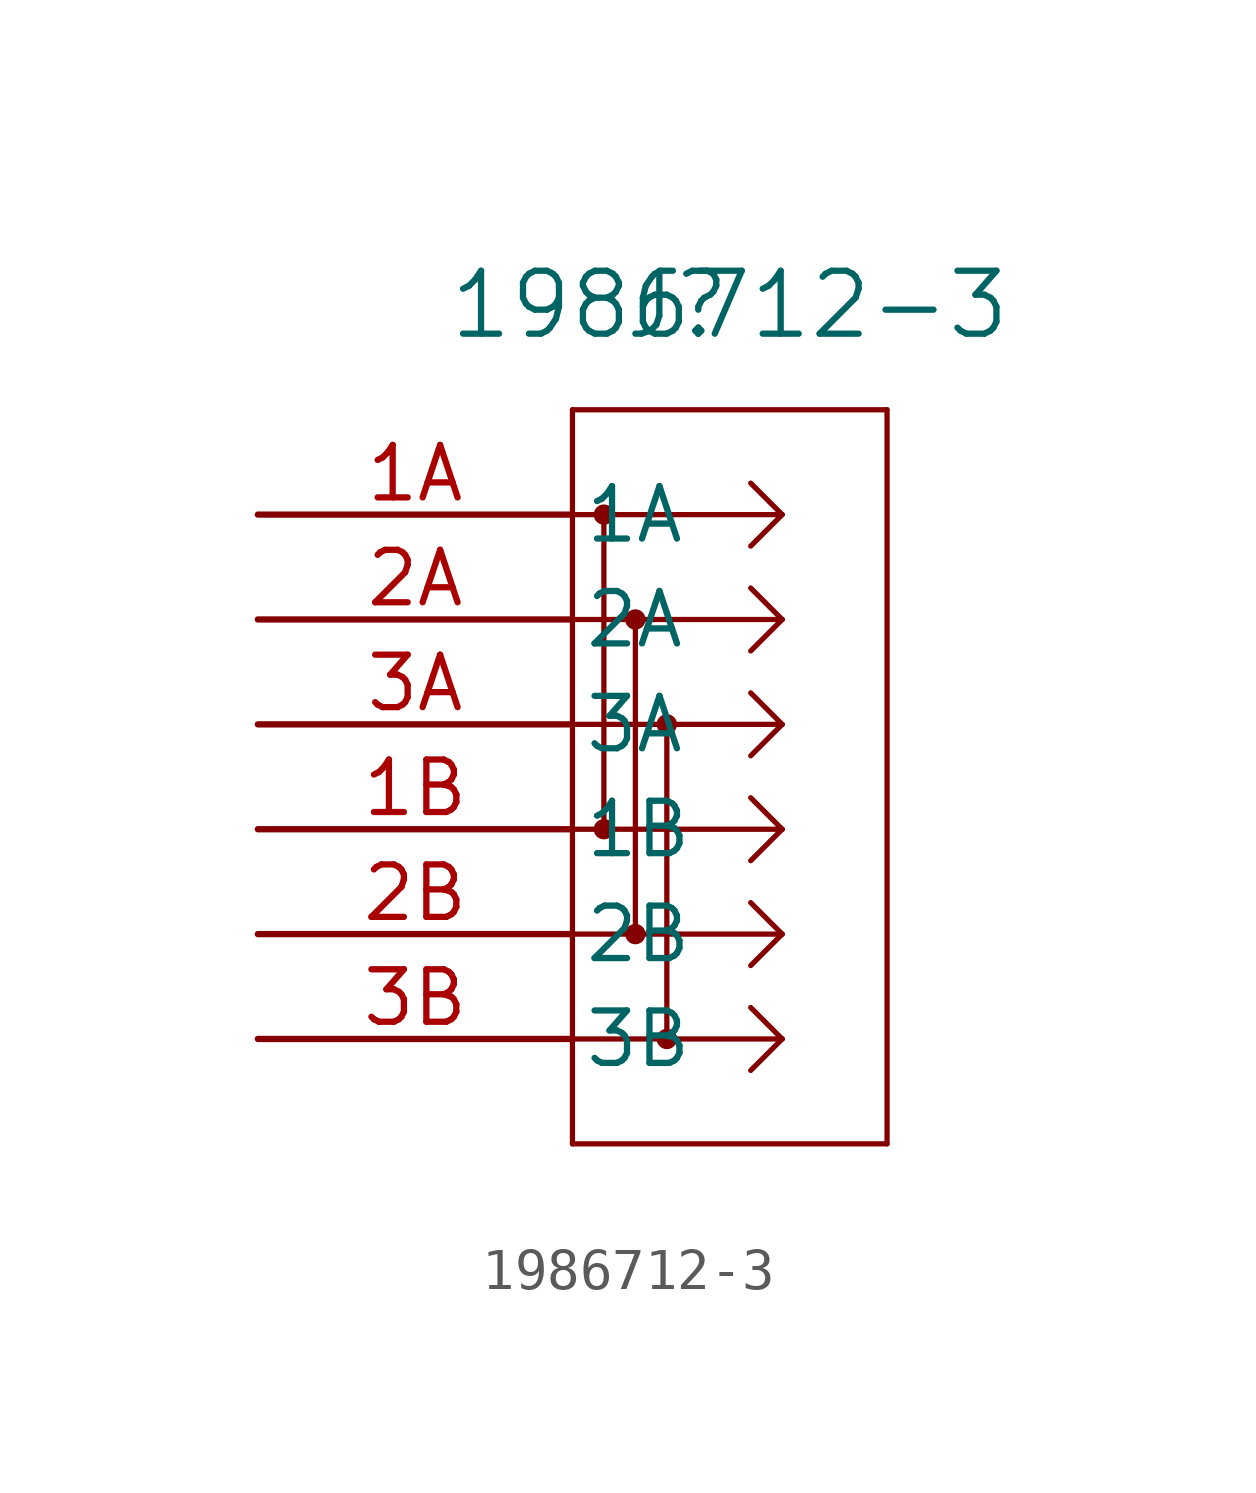
<source format=kicad_sym>
(kicad_symbol_lib
  (version 20211014)
  (generator kicad_symbol_editor)
  (symbol "1986712-3"
    (pin_names
      (offset 0.254))
    (property "Reference" "J"
      (at 10.16 5.08 0)
      (effects (font (size 1.524 1.524))))
    (property "Value" "1986712-3"
      (at 11.43 5.08 0)
      (effects (font (size 1.524 1.524))))
    (symbol "1986712-3_0_1"
      (polyline (pts (xy 7.62 2.54) (xy 7.62 -15.24)) (stroke (width 0.127) (type default) (color 0 0 0 0)) (fill (type none)))
      (polyline (pts (xy 7.62 -15.24) (xy 15.24 -15.24)) (stroke (width 0.127) (type default) (color 0 0 0 0)) (fill (type none)))
      (polyline (pts (xy 15.24 -15.24) (xy 15.24 2.54)) (stroke (width 0.127) (type default) (color 0 0 0 0)) (fill (type none)))
      (polyline (pts (xy 15.24 2.54) (xy 7.62 2.54)) (stroke (width 0.127) (type default) (color 0 0 0 0)) (fill (type none)))
      (polyline (pts (xy 8.382 0) (xy 8.382 -7.62)) (stroke (width 0.127) (type default) (color 0 0 0 0)) (fill (type none)))
      (polyline (pts (xy 7.62 -5.08) (xy 12.7 -5.08)) (stroke (width 0.127) (type default) (color 0 0 0 0)) (fill (type none)))
      (polyline (pts (xy 7.62 -7.62) (xy 12.7 -7.62)) (stroke (width 0.127) (type default) (color 0 0 0 0)) (fill (type none)))
      (polyline (pts (xy 12.7 -5.08) (xy 11.938 -4.318)) (stroke (width 0.127) (type default) (color 0 0 0 0)) (fill (type none)))
      (polyline (pts (xy 12.7 -5.08) (xy 11.938 -5.842)) (stroke (width 0.127) (type default) (color 0 0 0 0)) (fill (type none)))
      (polyline (pts (xy 12.7 -7.62) (xy 11.938 -6.858)) (stroke (width 0.127) (type default) (color 0 0 0 0)) (fill (type none)))
      (polyline (pts (xy 12.7 -7.62) (xy 11.938 -8.382)) (stroke (width 0.127) (type default) (color 0 0 0 0)) (fill (type none)))
      (polyline (pts (xy 7.62 -10.16) (xy 12.7 -10.16)) (stroke (width 0.127) (type default) (color 0 0 0 0)) (fill (type none)))
      (polyline (pts (xy 7.62 -12.7) (xy 12.7 -12.7)) (stroke (width 0.127) (type default) (color 0 0 0 0)) (fill (type none)))
      (polyline (pts (xy 12.7 -10.16) (xy 11.938 -9.398)) (stroke (width 0.127) (type default) (color 0 0 0 0)) (fill (type none)))
      (polyline (pts (xy 12.7 -10.16) (xy 11.938 -10.922)) (stroke (width 0.127) (type default) (color 0 0 0 0)) (fill (type none)))
      (polyline (pts (xy 12.7 -12.7) (xy 11.938 -11.938)) (stroke (width 0.127) (type default) (color 0 0 0 0)) (fill (type none)))
      (polyline (pts (xy 12.7 -12.7) (xy 11.938 -13.462)) (stroke (width 0.127) (type default) (color 0 0 0 0)) (fill (type none)))
      (polyline (pts (xy 7.62 0) (xy 12.7 0)) (stroke (width 0.127) (type default) (color 0 0 0 0)) (fill (type none)))
      (polyline (pts (xy 7.62 -2.54) (xy 12.7 -2.54)) (stroke (width 0.127) (type default) (color 0 0 0 0)) (fill (type none)))
      (polyline (pts (xy 12.7 0) (xy 11.938 0.762)) (stroke (width 0.127) (type default) (color 0 0 0 0)) (fill (type none)))
      (polyline (pts (xy 12.7 0) (xy 11.938 -0.762)) (stroke (width 0.127) (type default) (color 0 0 0 0)) (fill (type none)))
      (polyline (pts (xy 12.7 -2.54) (xy 11.938 -1.778)) (stroke (width 0.127) (type default) (color 0 0 0 0)) (fill (type none)))
      (polyline (pts (xy 12.7 -2.54) (xy 11.938 -3.302)) (stroke (width 0.127) (type default) (color 0 0 0 0)) (fill (type none)))
      (polyline (pts (xy 9.144 -2.54) (xy 9.144 -10.16)) (stroke (width 0.127) (type default) (color 0 0 0 0)) (fill (type none)))
      (polyline (pts (xy 9.906 -5.08) (xy 9.906 -12.7)) (stroke (width 0.127) (type default) (color 0 0 0 0)) (fill (type none)))
      (circle (center 9.906 -12.7) (radius 0.127) (stroke (width 0.24) (type default) (color 0 0 0 0)) (fill (type none)))
      (circle (center 9.144 -10.16) (radius 0.127) (stroke (width 0.24) (type default) (color 0 0 0 0)) (fill (type none)))
      (circle (center 8.382 -7.62) (radius 0.127) (stroke (width 0.24) (type default) (color 0 0 0 0)) (fill (type none)))
      (circle (center 9.144 -2.54) (radius 0.127) (stroke (width 0.24) (type default) (color 0 0 0 0)) (fill (type none)))
      (circle (center 9.906 -5.08) (radius 0.127) (stroke (width 0.24) (type default) (color 0 0 0 0)) (fill (type none)))
      (circle (center 8.382 0) (radius 0.127) (stroke (width 0.24) (type default) (color 0 0 0 0)) (fill (type none)))
      (pin unspecified line (at 0 0 0) (length 7.62) (name "1A" (effects (font (size 1.27 1.27)))) (number "1A" (effects (font (size 1.27 1.27)))))
      (pin unspecified line (at 0 -2.54 0) (length 7.62) (name "2A" (effects (font (size 1.27 1.27)))) (number "2A" (effects (font (size 1.27 1.27)))))
      (pin unspecified line (at 0 -5.08 0) (length 7.62) (name "3A" (effects (font (size 1.27 1.27)))) (number "3A" (effects (font (size 1.27 1.27)))))
      (pin unspecified line (at 0 -7.62 0) (length 7.62) (name "1B" (effects (font (size 1.27 1.27)))) (number "1B" (effects (font (size 1.27 1.27)))))
      (pin unspecified line (at 0 -10.16 0) (length 7.62) (name "2B" (effects (font (size 1.27 1.27)))) (number "2B" (effects (font (size 1.27 1.27)))))
      (pin unspecified line (at 0 -12.7 0) (length 7.62) (name "3B" (effects (font (size 1.27 1.27)))) (number "3B" (effects (font (size 1.27 1.27))))))))
</source>
